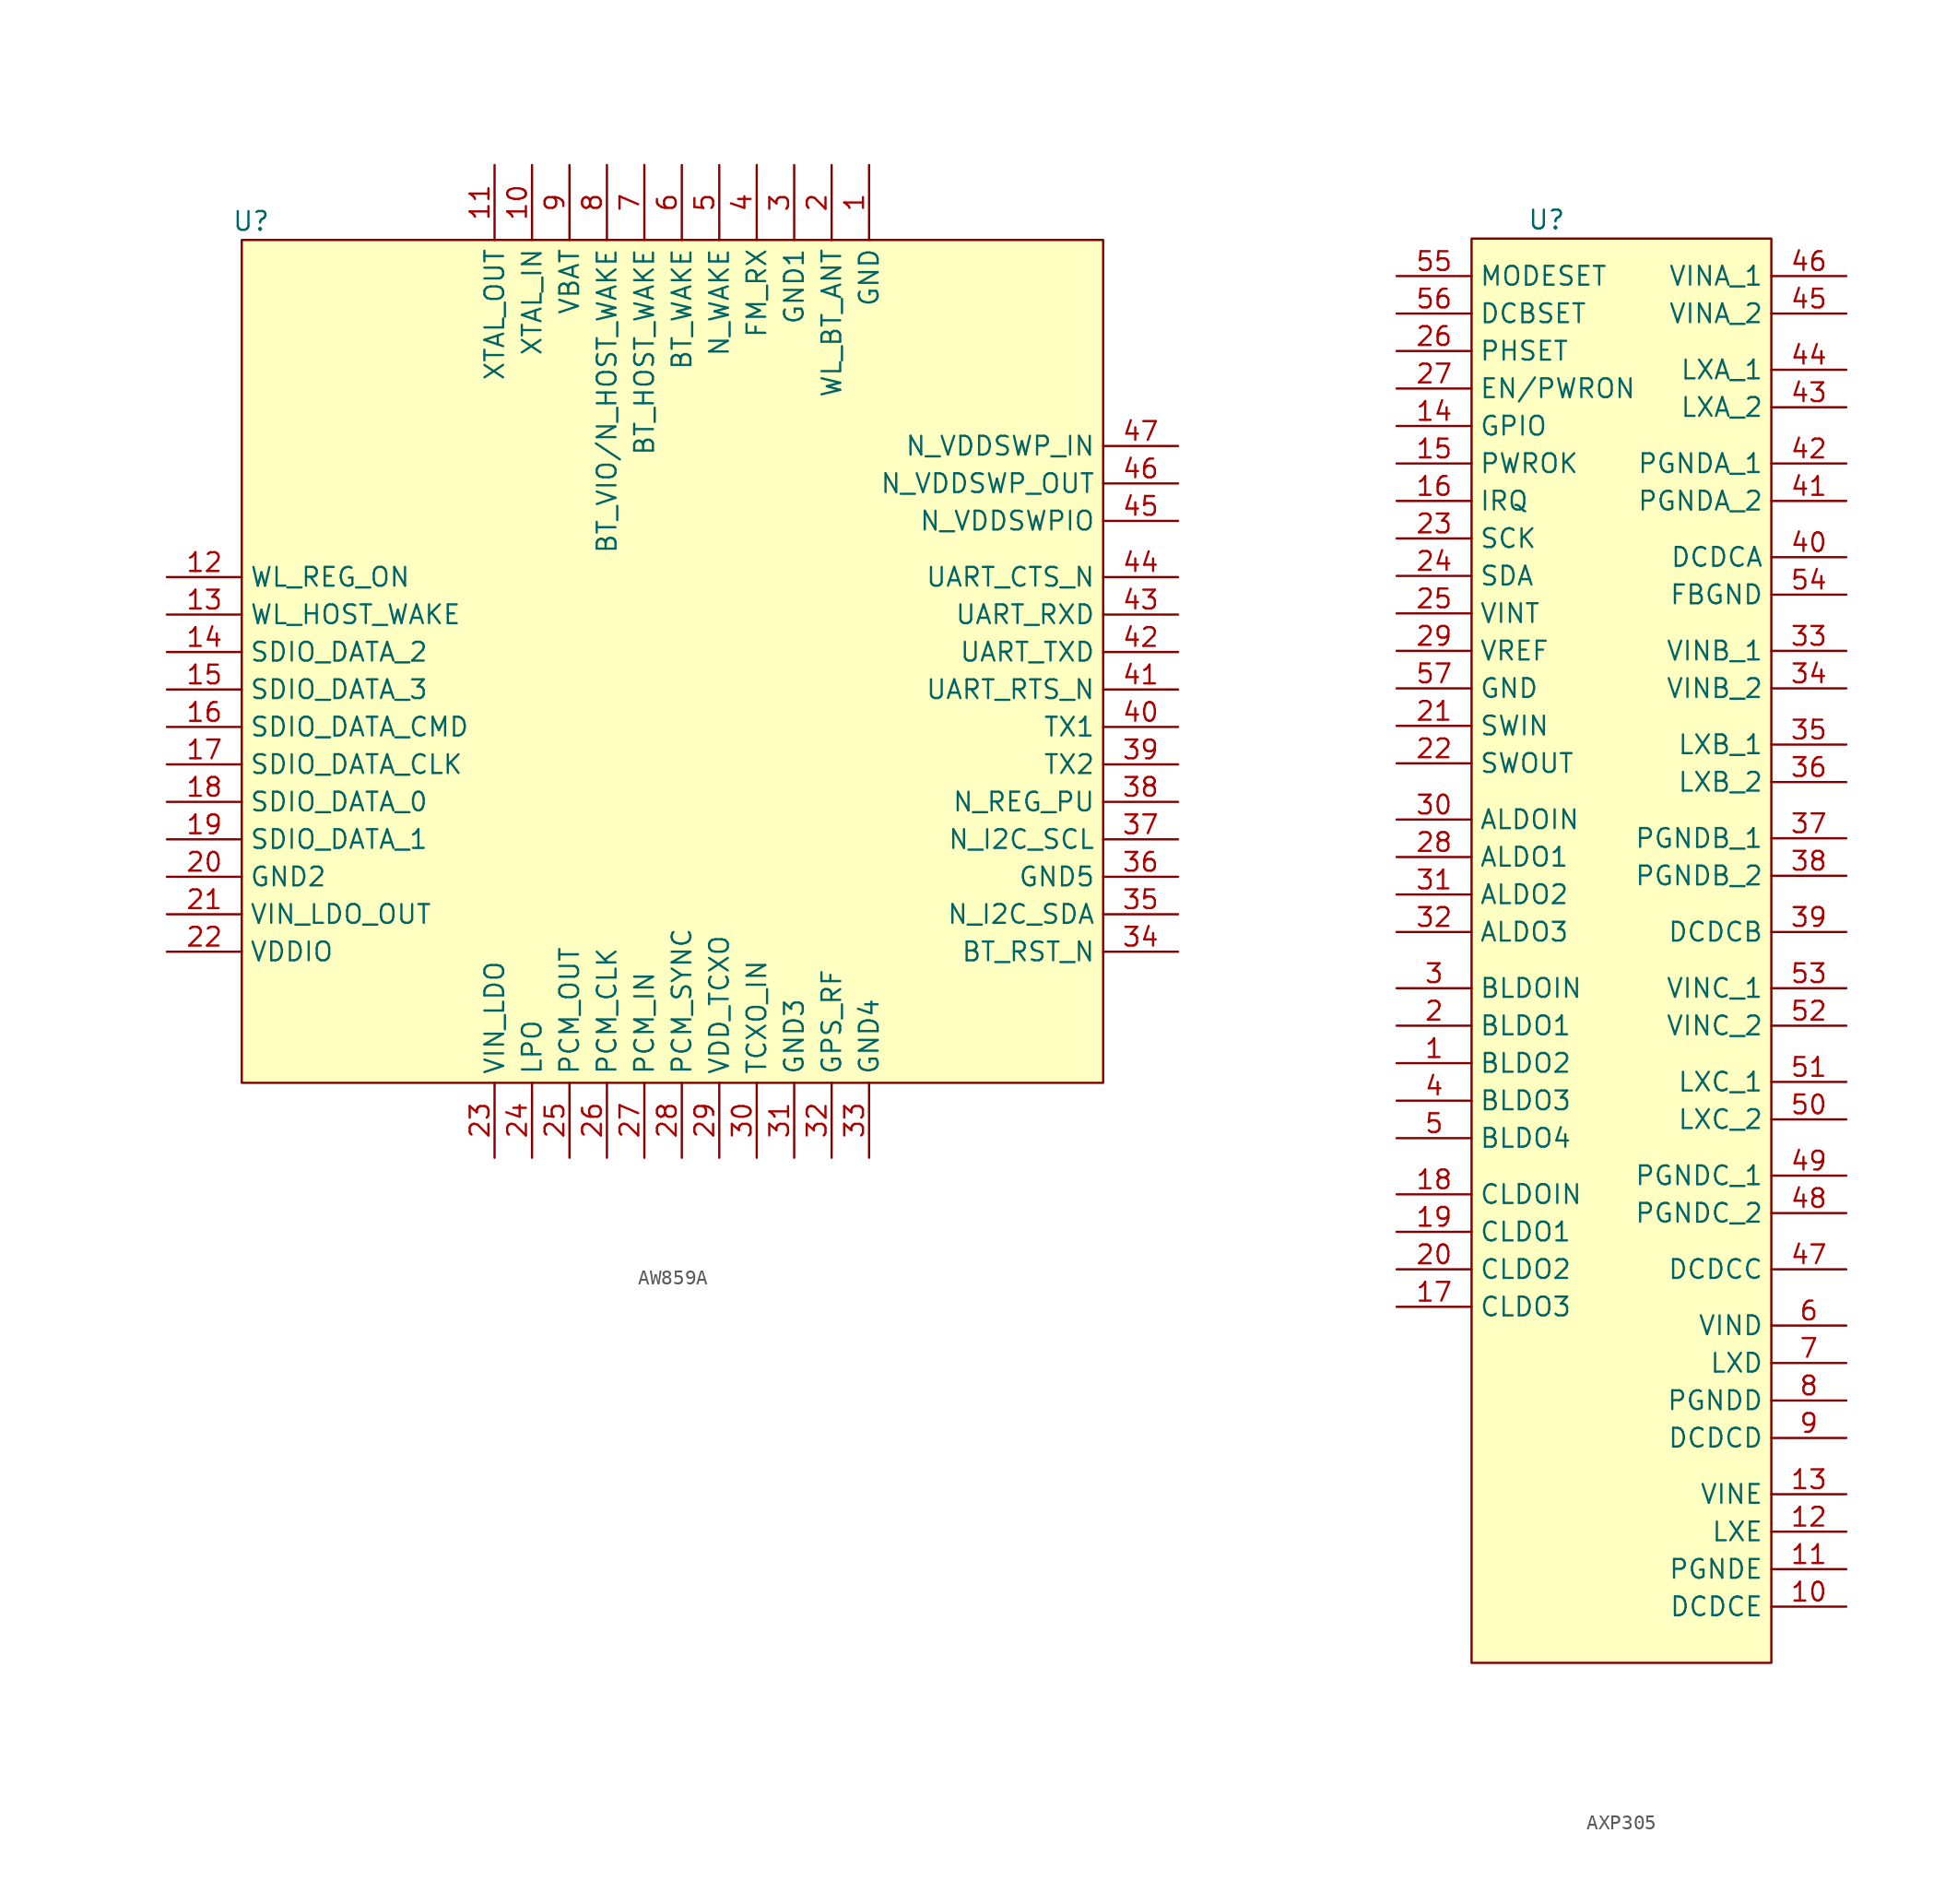
<source format=kicad_sym>
(kicad_symbol_lib
  (version 20220914)
  (generator kicad_symbol_editor)
  (symbol "AW859A"
    (property "Reference" "U"
      (at -16.51 8.255 0)
      (effects (font (size 1.27 1.27))))
    (property "Value" ""
      (at 0 5.08 0)
      (effects (font (size 1.27 1.27))))
    (symbol "AW859A_1_1"
      (rectangle (start -17.145 6.985) (end 41.275 -50.165) (stroke (width 0) (type default)) (fill (type background)))
      (pin input line (at 25.4 12.065 270) (length 5.08) (name "GND" (effects (font (size 1.27 1.27)))) (number "1" (effects (font (size 1.27 1.27)))))
      (pin input line (at 2.54 12.065 270) (length 5.08) (name "XTAL_IN" (effects (font (size 1.27 1.27)))) (number "10" (effects (font (size 1.27 1.27)))))
      (pin input line (at 0 12.065 270) (length 5.08) (name "XTAL_OUT" (effects (font (size 1.27 1.27)))) (number "11" (effects (font (size 1.27 1.27)))))
      (pin input line (at -22.225 -15.875 0) (length 5.08) (name "WL_REG_ON" (effects (font (size 1.27 1.27)))) (number "12" (effects (font (size 1.27 1.27)))))
      (pin input line (at -22.225 -18.415 0) (length 5.08) (name "WL_HOST_WAKE" (effects (font (size 1.27 1.27)))) (number "13" (effects (font (size 1.27 1.27)))))
      (pin input line (at -22.225 -20.955 0) (length 5.08) (name "SDIO_DATA_2" (effects (font (size 1.27 1.27)))) (number "14" (effects (font (size 1.27 1.27)))))
      (pin input line (at -22.225 -23.495 0) (length 5.08) (name "SDIO_DATA_3" (effects (font (size 1.27 1.27)))) (number "15" (effects (font (size 1.27 1.27)))))
      (pin input line (at -22.225 -26.035 0) (length 5.08) (name "SDIO_DATA_CMD" (effects (font (size 1.27 1.27)))) (number "16" (effects (font (size 1.27 1.27)))))
      (pin input line (at -22.225 -28.575 0) (length 5.08) (name "SDIO_DATA_CLK" (effects (font (size 1.27 1.27)))) (number "17" (effects (font (size 1.27 1.27)))))
      (pin input line (at -22.225 -31.115 0) (length 5.08) (name "SDIO_DATA_0" (effects (font (size 1.27 1.27)))) (number "18" (effects (font (size 1.27 1.27)))))
      (pin input line (at -22.225 -33.655 0) (length 5.08) (name "SDIO_DATA_1" (effects (font (size 1.27 1.27)))) (number "19" (effects (font (size 1.27 1.27)))))
      (pin input line (at 22.86 12.065 270) (length 5.08) (name "WL_BT_ANT" (effects (font (size 1.27 1.27)))) (number "2" (effects (font (size 1.27 1.27)))))
      (pin input line (at -22.225 -36.195 0) (length 5.08) (name "GND2" (effects (font (size 1.27 1.27)))) (number "20" (effects (font (size 1.27 1.27)))))
      (pin input line (at -22.225 -38.735 0) (length 5.08) (name "VIN_LDO_OUT" (effects (font (size 1.27 1.27)))) (number "21" (effects (font (size 1.27 1.27)))))
      (pin input line (at -22.225 -41.275 0) (length 5.08) (name "VDDIO" (effects (font (size 1.27 1.27)))) (number "22" (effects (font (size 1.27 1.27)))))
      (pin input line (at 0 -55.245 90) (length 5.08) (name "VIN_LDO" (effects (font (size 1.27 1.27)))) (number "23" (effects (font (size 1.27 1.27)))))
      (pin input line (at 2.54 -55.245 90) (length 5.08) (name "LPO" (effects (font (size 1.27 1.27)))) (number "24" (effects (font (size 1.27 1.27)))))
      (pin input line (at 5.08 -55.245 90) (length 5.08) (name "PCM_OUT" (effects (font (size 1.27 1.27)))) (number "25" (effects (font (size 1.27 1.27)))))
      (pin input line (at 7.62 -55.245 90) (length 5.08) (name "PCM_CLK" (effects (font (size 1.27 1.27)))) (number "26" (effects (font (size 1.27 1.27)))))
      (pin input line (at 10.16 -55.245 90) (length 5.08) (name "PCM_IN" (effects (font (size 1.27 1.27)))) (number "27" (effects (font (size 1.27 1.27)))))
      (pin input line (at 12.7 -55.245 90) (length 5.08) (name "PCM_SYNC" (effects (font (size 1.27 1.27)))) (number "28" (effects (font (size 1.27 1.27)))))
      (pin input line (at 15.24 -55.245 90) (length 5.08) (name "VDD_TCXO" (effects (font (size 1.27 1.27)))) (number "29" (effects (font (size 1.27 1.27)))))
      (pin input line (at 20.32 12.065 270) (length 5.08) (name "GND1" (effects (font (size 1.27 1.27)))) (number "3" (effects (font (size 1.27 1.27)))))
      (pin input line (at 17.78 -55.245 90) (length 5.08) (name "TCXO_IN" (effects (font (size 1.27 1.27)))) (number "30" (effects (font (size 1.27 1.27)))))
      (pin input line (at 20.32 -55.245 90) (length 5.08) (name "GND3" (effects (font (size 1.27 1.27)))) (number "31" (effects (font (size 1.27 1.27)))))
      (pin input line (at 22.86 -55.245 90) (length 5.08) (name "GPS_RF" (effects (font (size 1.27 1.27)))) (number "32" (effects (font (size 1.27 1.27)))))
      (pin input line (at 25.4 -55.245 90) (length 5.08) (name "GND4" (effects (font (size 1.27 1.27)))) (number "33" (effects (font (size 1.27 1.27)))))
      (pin input line (at 46.355 -41.275 180) (length 5.08) (name "BT_RST_N" (effects (font (size 1.27 1.27)))) (number "34" (effects (font (size 1.27 1.27)))))
      (pin input line (at 46.355 -38.735 180) (length 5.08) (name "N_I2C_SDA" (effects (font (size 1.27 1.27)))) (number "35" (effects (font (size 1.27 1.27)))))
      (pin input line (at 46.355 -36.195 180) (length 5.08) (name "GND5" (effects (font (size 1.27 1.27)))) (number "36" (effects (font (size 1.27 1.27)))))
      (pin input line (at 46.355 -33.655 180) (length 5.08) (name "N_I2C_SCL" (effects (font (size 1.27 1.27)))) (number "37" (effects (font (size 1.27 1.27)))))
      (pin input line (at 46.355 -31.115 180) (length 5.08) (name "N_REG_PU" (effects (font (size 1.27 1.27)))) (number "38" (effects (font (size 1.27 1.27)))))
      (pin input line (at 46.355 -28.575 180) (length 5.08) (name "TX2" (effects (font (size 1.27 1.27)))) (number "39" (effects (font (size 1.27 1.27)))))
      (pin input line (at 17.78 12.065 270) (length 5.08) (name "FM_RX" (effects (font (size 1.27 1.27)))) (number "4" (effects (font (size 1.27 1.27)))))
      (pin input line (at 46.355 -26.035 180) (length 5.08) (name "TX1" (effects (font (size 1.27 1.27)))) (number "40" (effects (font (size 1.27 1.27)))))
      (pin input line (at 46.355 -23.495 180) (length 5.08) (name "UART_RTS_N" (effects (font (size 1.27 1.27)))) (number "41" (effects (font (size 1.27 1.27)))))
      (pin input line (at 46.355 -20.955 180) (length 5.08) (name "UART_TXD" (effects (font (size 1.27 1.27)))) (number "42" (effects (font (size 1.27 1.27)))))
      (pin input line (at 46.355 -18.415 180) (length 5.08) (name "UART_RXD" (effects (font (size 1.27 1.27)))) (number "43" (effects (font (size 1.27 1.27)))))
      (pin input line (at 46.355 -15.875 180) (length 5.08) (name "UART_CTS_N" (effects (font (size 1.27 1.27)))) (number "44" (effects (font (size 1.27 1.27)))))
      (pin input line (at 46.355 -12.065 180) (length 5.08) (name "N_VDDSWPIO" (effects (font (size 1.27 1.27)))) (number "45" (effects (font (size 1.27 1.27)))))
      (pin input line (at 46.355 -9.525 180) (length 5.08) (name "N_VDDSWP_OUT" (effects (font (size 1.27 1.27)))) (number "46" (effects (font (size 1.27 1.27)))))
      (pin input line (at 46.355 -6.985 180) (length 5.08) (name "N_VDDSWP_IN" (effects (font (size 1.27 1.27)))) (number "47" (effects (font (size 1.27 1.27)))))
      (pin input line (at 15.24 12.065 270) (length 5.08) (name "N_WAKE" (effects (font (size 1.27 1.27)))) (number "5" (effects (font (size 1.27 1.27)))))
      (pin input line (at 12.7 12.065 270) (length 5.08) (name "BT_WAKE" (effects (font (size 1.27 1.27)))) (number "6" (effects (font (size 1.27 1.27)))))
      (pin input line (at 10.16 12.065 270) (length 5.08) (name "BT_HOST_WAKE" (effects (font (size 1.27 1.27)))) (number "7" (effects (font (size 1.27 1.27)))))
      (pin input line (at 7.62 12.065 270) (length 5.08) (name "BT_VIO/N_HOST_WAKE" (effects (font (size 1.27 1.27)))) (number "8" (effects (font (size 1.27 1.27)))))
      (pin input line (at 5.08 12.065 270) (length 5.08) (name "VBAT" (effects (font (size 1.27 1.27)))) (number "9" (effects (font (size 1.27 1.27)))))))
  (symbol "AXP305"
    (property "Reference" "U"
      (at 0 0 0)
      (effects (font (size 1.27 1.27))))
    (property "Value" ""
      (at 0 0 0)
      (effects (font (size 1.27 1.27))))
    (symbol "AXP305_1_1"
      (rectangle (start -5.08 -1.27) (end 15.24 -97.79) (stroke (width 0) (type default)) (fill (type background)))
      (pin input line (at -10.16 -57.15 0) (length 5.08) (name "BLDO2" (effects (font (size 1.27 1.27)))) (number "1" (effects (font (size 1.27 1.27)))))
      (pin input line (at 20.32 -93.98 180) (length 5.08) (name "DCDCE" (effects (font (size 1.27 1.27)))) (number "10" (effects (font (size 1.27 1.27)))))
      (pin input line (at 20.32 -91.44 180) (length 5.08) (name "PGNDE" (effects (font (size 1.27 1.27)))) (number "11" (effects (font (size 1.27 1.27)))))
      (pin input line (at 20.32 -88.9 180) (length 5.08) (name "LXE" (effects (font (size 1.27 1.27)))) (number "12" (effects (font (size 1.27 1.27)))))
      (pin input line (at 20.32 -86.36 180) (length 5.08) (name "VINE" (effects (font (size 1.27 1.27)))) (number "13" (effects (font (size 1.27 1.27)))))
      (pin input line (at -10.16 -13.97 0) (length 5.08) (name "GPIO" (effects (font (size 1.27 1.27)))) (number "14" (effects (font (size 1.27 1.27)))))
      (pin input line (at -10.16 -16.51 0) (length 5.08) (name "PWROK" (effects (font (size 1.27 1.27)))) (number "15" (effects (font (size 1.27 1.27)))))
      (pin input line (at -10.16 -19.05 0) (length 5.08) (name "IRQ" (effects (font (size 1.27 1.27)))) (number "16" (effects (font (size 1.27 1.27)))))
      (pin input line (at -10.16 -73.66 0) (length 5.08) (name "CLDO3" (effects (font (size 1.27 1.27)))) (number "17" (effects (font (size 1.27 1.27)))))
      (pin input line (at -10.16 -66.04 0) (length 5.08) (name "CLDOIN" (effects (font (size 1.27 1.27)))) (number "18" (effects (font (size 1.27 1.27)))))
      (pin input line (at -10.16 -68.58 0) (length 5.08) (name "CLDO1" (effects (font (size 1.27 1.27)))) (number "19" (effects (font (size 1.27 1.27)))))
      (pin input line (at -10.16 -54.61 0) (length 5.08) (name "BLDO1" (effects (font (size 1.27 1.27)))) (number "2" (effects (font (size 1.27 1.27)))))
      (pin input line (at -10.16 -71.12 0) (length 5.08) (name "CLDO2" (effects (font (size 1.27 1.27)))) (number "20" (effects (font (size 1.27 1.27)))))
      (pin input line (at -10.16 -34.29 0) (length 5.08) (name "SWIN" (effects (font (size 1.27 1.27)))) (number "21" (effects (font (size 1.27 1.27)))))
      (pin input line (at -10.16 -36.83 0) (length 5.08) (name "SWOUT" (effects (font (size 1.27 1.27)))) (number "22" (effects (font (size 1.27 1.27)))))
      (pin input line (at -10.16 -21.59 0) (length 5.08) (name "SCK" (effects (font (size 1.27 1.27)))) (number "23" (effects (font (size 1.27 1.27)))))
      (pin input line (at -10.16 -24.13 0) (length 5.08) (name "SDA" (effects (font (size 1.27 1.27)))) (number "24" (effects (font (size 1.27 1.27)))))
      (pin input line (at -10.16 -26.67 0) (length 5.08) (name "VINT" (effects (font (size 1.27 1.27)))) (number "25" (effects (font (size 1.27 1.27)))))
      (pin input line (at -10.16 -8.89 0) (length 5.08) (name "PHSET" (effects (font (size 1.27 1.27)))) (number "26" (effects (font (size 1.27 1.27)))))
      (pin input line (at -10.16 -11.43 0) (length 5.08) (name "EN/PWRON" (effects (font (size 1.27 1.27)))) (number "27" (effects (font (size 1.27 1.27)))))
      (pin input line (at -10.16 -43.18 0) (length 5.08) (name "ALDO1" (effects (font (size 1.27 1.27)))) (number "28" (effects (font (size 1.27 1.27)))))
      (pin input line (at -10.16 -29.21 0) (length 5.08) (name "VREF" (effects (font (size 1.27 1.27)))) (number "29" (effects (font (size 1.27 1.27)))))
      (pin input line (at -10.16 -52.07 0) (length 5.08) (name "BLDOIN" (effects (font (size 1.27 1.27)))) (number "3" (effects (font (size 1.27 1.27)))))
      (pin input line (at -10.16 -40.64 0) (length 5.08) (name "ALDOIN" (effects (font (size 1.27 1.27)))) (number "30" (effects (font (size 1.27 1.27)))))
      (pin input line (at -10.16 -45.72 0) (length 5.08) (name "ALDO2" (effects (font (size 1.27 1.27)))) (number "31" (effects (font (size 1.27 1.27)))))
      (pin input line (at -10.16 -48.26 0) (length 5.08) (name "ALDO3" (effects (font (size 1.27 1.27)))) (number "32" (effects (font (size 1.27 1.27)))))
      (pin input line (at 20.32 -29.21 180) (length 5.08) (name "VINB_1" (effects (font (size 1.27 1.27)))) (number "33" (effects (font (size 1.27 1.27)))))
      (pin input line (at 20.32 -31.75 180) (length 5.08) (name "VINB_2" (effects (font (size 1.27 1.27)))) (number "34" (effects (font (size 1.27 1.27)))))
      (pin input line (at 20.32 -35.56 180) (length 5.08) (name "LXB_1" (effects (font (size 1.27 1.27)))) (number "35" (effects (font (size 1.27 1.27)))))
      (pin input line (at 20.32 -38.1 180) (length 5.08) (name "LXB_2" (effects (font (size 1.27 1.27)))) (number "36" (effects (font (size 1.27 1.27)))))
      (pin input line (at 20.32 -41.91 180) (length 5.08) (name "PGNDB_1" (effects (font (size 1.27 1.27)))) (number "37" (effects (font (size 1.27 1.27)))))
      (pin input line (at 20.32 -44.45 180) (length 5.08) (name "PGNDB_2" (effects (font (size 1.27 1.27)))) (number "38" (effects (font (size 1.27 1.27)))))
      (pin input line (at 20.32 -48.26 180) (length 5.08) (name "DCDCB" (effects (font (size 1.27 1.27)))) (number "39" (effects (font (size 1.27 1.27)))))
      (pin input line (at -10.16 -59.69 0) (length 5.08) (name "BLDO3" (effects (font (size 1.27 1.27)))) (number "4" (effects (font (size 1.27 1.27)))))
      (pin input line (at 20.32 -22.86 180) (length 5.08) (name "DCDCA" (effects (font (size 1.27 1.27)))) (number "40" (effects (font (size 1.27 1.27)))))
      (pin input line (at 20.32 -19.05 180) (length 5.08) (name "PGNDA_2" (effects (font (size 1.27 1.27)))) (number "41" (effects (font (size 1.27 1.27)))))
      (pin input line (at 20.32 -16.51 180) (length 5.08) (name "PGNDA_1" (effects (font (size 1.27 1.27)))) (number "42" (effects (font (size 1.27 1.27)))))
      (pin input line (at 20.32 -12.7 180) (length 5.08) (name "LXA_2" (effects (font (size 1.27 1.27)))) (number "43" (effects (font (size 1.27 1.27)))))
      (pin input line (at 20.32 -10.16 180) (length 5.08) (name "LXA_1" (effects (font (size 1.27 1.27)))) (number "44" (effects (font (size 1.27 1.27)))))
      (pin input line (at 20.32 -6.35 180) (length 5.08) (name "VINA_2" (effects (font (size 1.27 1.27)))) (number "45" (effects (font (size 1.27 1.27)))))
      (pin input line (at 20.32 -3.81 180) (length 5.08) (name "VINA_1" (effects (font (size 1.27 1.27)))) (number "46" (effects (font (size 1.27 1.27)))))
      (pin input line (at 20.32 -71.12 180) (length 5.08) (name "DCDCC" (effects (font (size 1.27 1.27)))) (number "47" (effects (font (size 1.27 1.27)))))
      (pin input line (at 20.32 -67.31 180) (length 5.08) (name "PGNDC_2" (effects (font (size 1.27 1.27)))) (number "48" (effects (font (size 1.27 1.27)))))
      (pin input line (at 20.32 -64.77 180) (length 5.08) (name "PGNDC_1" (effects (font (size 1.27 1.27)))) (number "49" (effects (font (size 1.27 1.27)))))
      (pin input line (at -10.16 -62.23 0) (length 5.08) (name "BLDO4" (effects (font (size 1.27 1.27)))) (number "5" (effects (font (size 1.27 1.27)))))
      (pin input line (at 20.32 -60.96 180) (length 5.08) (name "LXC_2" (effects (font (size 1.27 1.27)))) (number "50" (effects (font (size 1.27 1.27)))))
      (pin input line (at 20.32 -58.42 180) (length 5.08) (name "LXC_1" (effects (font (size 1.27 1.27)))) (number "51" (effects (font (size 1.27 1.27)))))
      (pin input line (at 20.32 -54.61 180) (length 5.08) (name "VINC_2" (effects (font (size 1.27 1.27)))) (number "52" (effects (font (size 1.27 1.27)))))
      (pin input line (at 20.32 -52.07 180) (length 5.08) (name "VINC_1" (effects (font (size 1.27 1.27)))) (number "53" (effects (font (size 1.27 1.27)))))
      (pin input line (at 20.32 -25.4 180) (length 5.08) (name "FBGND" (effects (font (size 1.27 1.27)))) (number "54" (effects (font (size 1.27 1.27)))))
      (pin input line (at -10.16 -3.81 0) (length 5.08) (name "MODESET" (effects (font (size 1.27 1.27)))) (number "55" (effects (font (size 1.27 1.27)))))
      (pin input line (at -10.16 -6.35 0) (length 5.08) (name "DCBSET" (effects (font (size 1.27 1.27)))) (number "56" (effects (font (size 1.27 1.27)))))
      (pin input line (at -10.16 -31.75 0) (length 5.08) (name "GND" (effects (font (size 1.27 1.27)))) (number "57" (effects (font (size 1.27 1.27)))))
      (pin input line (at 20.32 -74.93 180) (length 5.08) (name "VIND" (effects (font (size 1.27 1.27)))) (number "6" (effects (font (size 1.27 1.27)))))
      (pin input line (at 20.32 -77.47 180) (length 5.08) (name "LXD" (effects (font (size 1.27 1.27)))) (number "7" (effects (font (size 1.27 1.27)))))
      (pin input line (at 20.32 -80.01 180) (length 5.08) (name "PGNDD" (effects (font (size 1.27 1.27)))) (number "8" (effects (font (size 1.27 1.27)))))
      (pin input line (at 20.32 -82.55 180) (length 5.08) (name "DCDCD" (effects (font (size 1.27 1.27)))) (number "9" (effects (font (size 1.27 1.27))))))))
</source>
